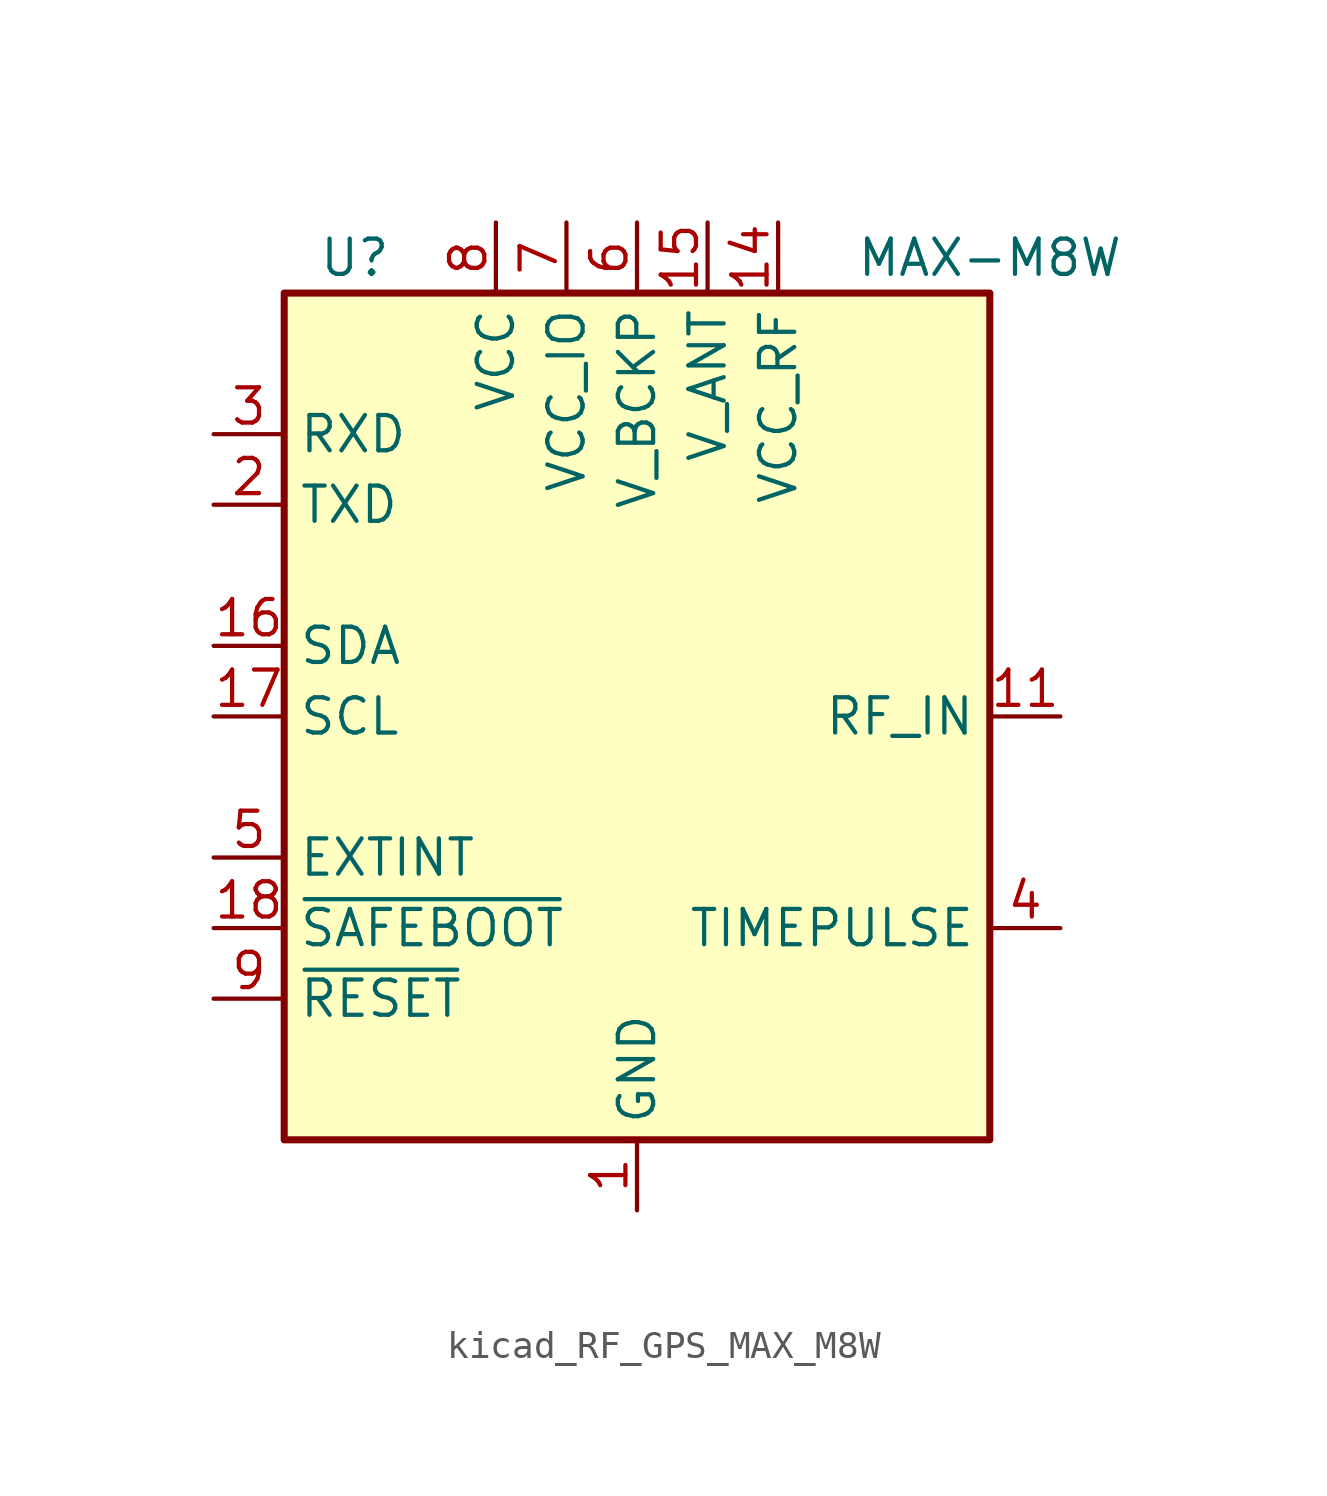
<source format=kicad_sym>
(kicad_symbol_lib
  (version 20220914)
  (generator kicad_symbol_editor)
  (symbol "kicad_RF_GPS_MAX_M8W"
    (property "Reference" "U"
      (at -10.16 16.51 0)
      (effects (font (size 1.27 1.27))))
    (property "Value" "MAX-M8W"
      (at 12.7 16.51 0)
      (effects (font (size 1.27 1.27))))
    (symbol "kicad_RF_GPS_MAX_M8W_0_1"
      (rectangle (start 12.7 15.24) (end -12.7 -15.24) (stroke (width 0.254) (type default)) (fill (type background))))
    (symbol "kicad_RF_GPS_MAX_M8W_1_1"
      (pin power_in line (at 0 -17.78 90) (length 2.54) (name "GND" (effects (font (size 1.27 1.27)))) (number "1" (effects (font (size 1.27 1.27)))))
      (pin passive line (at 0 -17.78 90) (length 2.54) hide (name "GND" (effects (font (size 1.27 1.27)))) (number "10" (effects (font (size 1.27 1.27)))))
      (pin input line (at 15.24 0 180) (length 2.54) (name "RF_IN" (effects (font (size 1.27 1.27)))) (number "11" (effects (font (size 1.27 1.27)))))
      (pin passive line (at 0 -17.78 90) (length 2.54) hide (name "GND" (effects (font (size 1.27 1.27)))) (number "12" (effects (font (size 1.27 1.27)))))
      (pin no_connect line (at 12.7 -5.08 180) (length 2.54) hide (name "Reserved" (effects (font (size 1.27 1.27)))) (number "13" (effects (font (size 1.27 1.27)))))
      (pin power_out line (at 5.08 17.78 270) (length 2.54) (name "VCC_RF" (effects (font (size 1.27 1.27)))) (number "14" (effects (font (size 1.27 1.27)))))
      (pin power_in line (at 2.54 17.78 270) (length 2.54) (name "V_ANT" (effects (font (size 1.27 1.27)))) (number "15" (effects (font (size 1.27 1.27)))))
      (pin bidirectional line (at -15.24 2.54 0) (length 2.54) (name "SDA" (effects (font (size 1.27 1.27)))) (number "16" (effects (font (size 1.27 1.27)))))
      (pin input line (at -15.24 0 0) (length 2.54) (name "SCL" (effects (font (size 1.27 1.27)))) (number "17" (effects (font (size 1.27 1.27)))))
      (pin input line (at -15.24 -7.62 0) (length 2.54) (name "~{SAFEBOOT}" (effects (font (size 1.27 1.27)))) (number "18" (effects (font (size 1.27 1.27)))))
      (pin output line (at -15.24 7.62 0) (length 2.54) (name "TXD" (effects (font (size 1.27 1.27)))) (number "2" (effects (font (size 1.27 1.27)))))
      (pin input line (at -15.24 10.16 0) (length 2.54) (name "RXD" (effects (font (size 1.27 1.27)))) (number "3" (effects (font (size 1.27 1.27)))))
      (pin output line (at 15.24 -7.62 180) (length 2.54) (name "TIMEPULSE" (effects (font (size 1.27 1.27)))) (number "4" (effects (font (size 1.27 1.27)))))
      (pin input line (at -15.24 -5.08 0) (length 2.54) (name "EXTINT" (effects (font (size 1.27 1.27)))) (number "5" (effects (font (size 1.27 1.27)))))
      (pin power_in line (at 0 17.78 270) (length 2.54) (name "V_BCKP" (effects (font (size 1.27 1.27)))) (number "6" (effects (font (size 1.27 1.27)))))
      (pin power_in line (at -2.54 17.78 270) (length 2.54) (name "VCC_IO" (effects (font (size 1.27 1.27)))) (number "7" (effects (font (size 1.27 1.27)))))
      (pin power_in line (at -5.08 17.78 270) (length 2.54) (name "VCC" (effects (font (size 1.27 1.27)))) (number "8" (effects (font (size 1.27 1.27)))))
      (pin input line (at -15.24 -10.16 0) (length 2.54) (name "~{RESET}" (effects (font (size 1.27 1.27)))) (number "9" (effects (font (size 1.27 1.27))))))))
</source>
